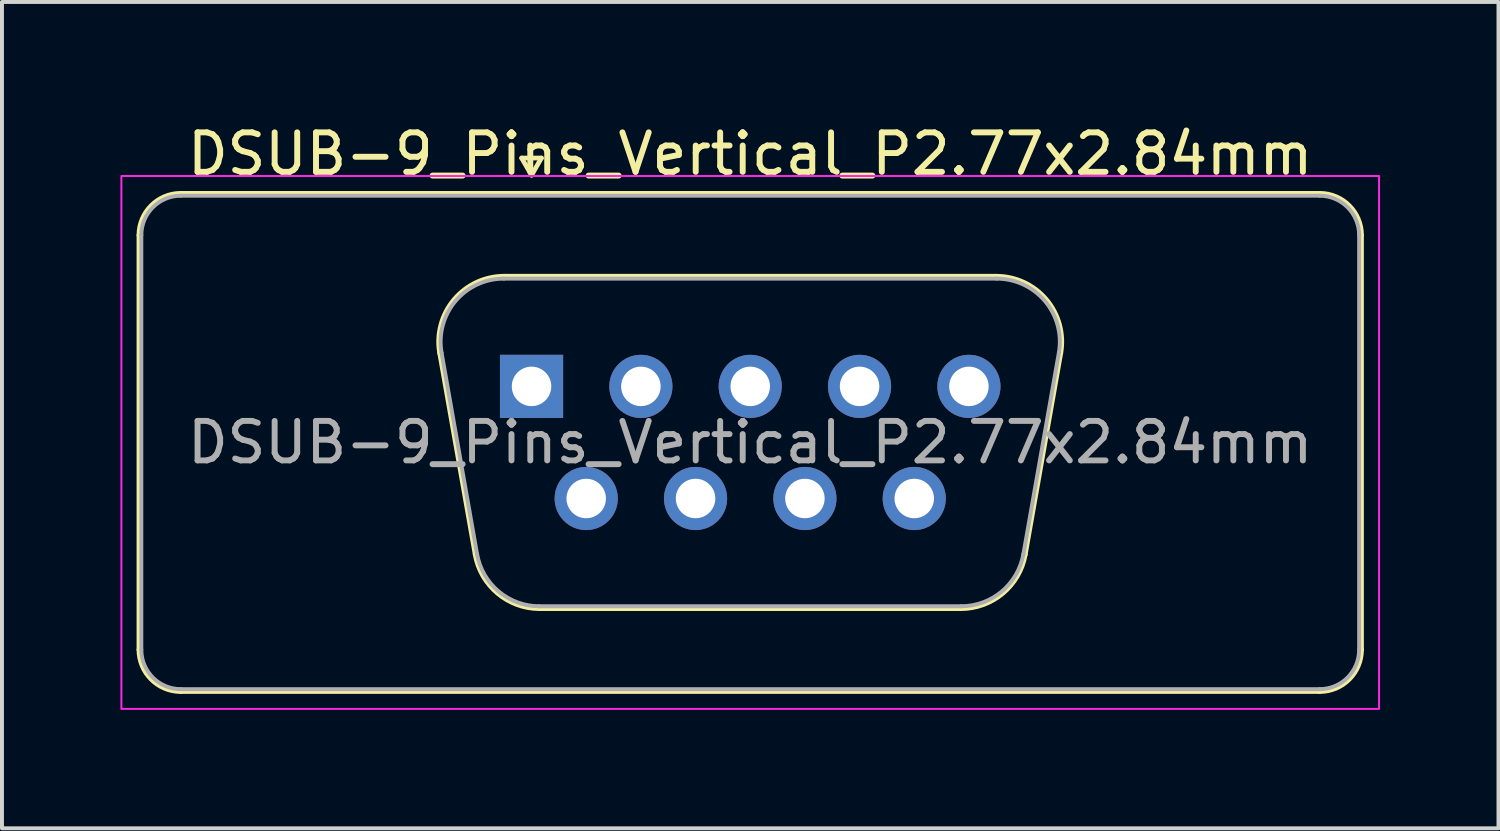
<source format=kicad_pcb>
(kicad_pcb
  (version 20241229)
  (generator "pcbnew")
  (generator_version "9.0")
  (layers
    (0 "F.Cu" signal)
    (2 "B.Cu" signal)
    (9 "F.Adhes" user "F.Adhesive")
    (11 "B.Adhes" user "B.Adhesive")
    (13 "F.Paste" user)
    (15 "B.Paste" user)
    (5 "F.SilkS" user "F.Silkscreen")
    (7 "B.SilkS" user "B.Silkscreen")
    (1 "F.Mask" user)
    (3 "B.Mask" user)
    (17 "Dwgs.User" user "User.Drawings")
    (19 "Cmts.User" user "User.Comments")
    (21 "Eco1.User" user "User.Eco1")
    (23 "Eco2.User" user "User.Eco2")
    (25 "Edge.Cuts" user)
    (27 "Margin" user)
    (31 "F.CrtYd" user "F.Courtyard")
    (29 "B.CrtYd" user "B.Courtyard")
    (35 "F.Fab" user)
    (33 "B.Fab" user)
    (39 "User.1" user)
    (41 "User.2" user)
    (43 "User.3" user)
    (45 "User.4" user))
  (footprint "DSUB-9_Pins_Vertical_P2.77x2.84mm"
    (layer "F.Cu")
    (at 10.415 6.738)
    (property "Reference" "DSUB-9_Pins_Vertical_P2.77x2.84mm" (at 5.54 -5.89 0) (layer "F.SilkS") (effects (font (size 1 1) (thickness 0.15))))
    (attr through_hole)
    (fp_line (start -9.945 6.67) (end -9.945 -3.83) (stroke (width 0.12) (type solid)) (layer "F.SilkS"))
    (fp_line (start -8.885 -4.89) (end 19.965 -4.89) (stroke (width 0.12) (type solid)) (layer "F.SilkS"))
    (fp_line (start -1.427 4.258) (end -2.326 -0.842) (stroke (width 0.12) (type solid)) (layer "F.SilkS"))
    (fp_line (start -0.692 -2.79) (end 11.772 -2.79) (stroke (width 0.12) (type solid)) (layer "F.SilkS"))
    (fp_line (start -0.25 -5.784) (end 0.25 -5.784) (stroke (width 0.12) (type solid)) (layer "F.SilkS"))
    (fp_line (start 0 -5.351) (end -0.25 -5.784) (stroke (width 0.12) (type solid)) (layer "F.SilkS"))
    (fp_line (start 0.25 -5.784) (end 0 -5.351) (stroke (width 0.12) (type solid)) (layer "F.SilkS"))
    (fp_line (start 10.872 5.63) (end 0.208 5.63) (stroke (width 0.12) (type solid)) (layer "F.SilkS"))
    (fp_line (start 13.406 -0.842) (end 12.507 4.258) (stroke (width 0.12) (type solid)) (layer "F.SilkS"))
    (fp_line (start 19.965 7.73) (end -8.885 7.73) (stroke (width 0.12) (type solid)) (layer "F.SilkS"))
    (fp_line (start 21.025 -3.83) (end 21.025 6.67) (stroke (width 0.12) (type solid)) (layer "F.SilkS"))
    (fp_arc (start -9.945 -3.83) (mid -9.634533 -4.579533) (end -8.885 -4.89) (stroke (width 0.12) (type solid)) (layer "F.SilkS"))
    (fp_arc (start -8.885 7.73) (mid -9.634533 7.419533) (end -9.945 6.67) (stroke (width 0.12) (type solid)) (layer "F.SilkS"))
    (fp_arc (start -2.32647 -0.841744) (mid -1.963323 -2.197027) (end -0.691689 -2.79) (stroke (width 0.12) (type solid)) (layer "F.SilkS"))
    (fp_arc (start 0.207579 5.63) (mid -0.859449 5.241634) (end -1.427202 4.258256) (stroke (width 0.12) (type solid)) (layer "F.SilkS"))
    (fp_arc (start 11.771689 -2.79) (mid 13.043323 -2.197027) (end 13.40647 -0.841744) (stroke (width 0.12) (type solid)) (layer "F.SilkS"))
    (fp_arc (start 12.507202 4.258256) (mid 11.939449 5.241634) (end 10.872421 5.63) (stroke (width 0.12) (type solid)) (layer "F.SilkS"))
    (fp_arc (start 19.965 -4.89) (mid 20.714533 -4.579533) (end 21.025 -3.83) (stroke (width 0.12) (type solid)) (layer "F.SilkS"))
    (fp_arc (start 21.025 6.67) (mid 20.714533 7.419533) (end 19.965 7.73) (stroke (width 0.12) (type solid)) (layer "F.SilkS"))
    (fp_rect (start -10.39 -5.33) (end 21.47 8.17) (stroke (width 0.05) (type solid)) (fill no) (layer "F.CrtYd"))
    (fp_line (start -9.885 6.67) (end -9.885 -3.83) (stroke (width 0.1) (type solid)) (layer "F.Fab"))
    (fp_line (start -8.885 -4.83) (end 19.965 -4.83) (stroke (width 0.1) (type solid)) (layer "F.Fab"))
    (fp_line (start -1.38 4.248) (end -2.279 -0.852) (stroke (width 0.1) (type solid)) (layer "F.Fab"))
    (fp_line (start -0.703 -2.73) (end 11.783 -2.73) (stroke (width 0.1) (type solid)) (layer "F.Fab"))
    (fp_line (start 10.884 5.57) (end 0.196 5.57) (stroke (width 0.1) (type solid)) (layer "F.Fab"))
    (fp_line (start 13.359 -0.852) (end 12.46 4.248) (stroke (width 0.1) (type solid)) (layer "F.Fab"))
    (fp_line (start 19.965 7.67) (end -8.885 7.67) (stroke (width 0.1) (type solid)) (layer "F.Fab"))
    (fp_line (start 20.965 -3.83) (end 20.965 6.67) (stroke (width 0.1) (type solid)) (layer "F.Fab"))
    (fp_arc (start -9.885 -3.83) (mid -9.592107 -4.537107) (end -8.885 -4.83) (stroke (width 0.1) (type solid)) (layer "F.Fab"))
    (fp_arc (start -8.885 7.67) (mid -9.592107 7.377107) (end -9.885 6.67) (stroke (width 0.1) (type solid)) (layer "F.Fab"))
    (fp_arc (start -2.278887 -0.852163) (mid -1.928865 -2.15846) (end -0.703194 -2.73) (stroke (width 0.1) (type solid)) (layer "F.Fab"))
    (fp_arc (start 0.196073 5.57) (mid -0.832387 5.195671) (end -1.379619 4.247837) (stroke (width 0.1) (type solid)) (layer "F.Fab"))
    (fp_arc (start 11.783194 -2.73) (mid 13.008865 -2.15846) (end 13.358887 -0.852163) (stroke (width 0.1) (type solid)) (layer "F.Fab"))
    (fp_arc (start 12.459619 4.247837) (mid 11.912387 5.195671) (end 10.883927 5.57) (stroke (width 0.1) (type solid)) (layer "F.Fab"))
    (fp_arc (start 19.965 -4.83) (mid 20.672107 -4.537107) (end 20.965 -3.83) (stroke (width 0.1) (type solid)) (layer "F.Fab"))
    (fp_arc (start 20.965 6.67) (mid 20.672107 7.377107) (end 19.965 7.67) (stroke (width 0.1) (type solid)) (layer "F.Fab"))
    (fp_text user "${REFERENCE}" (at 5.54 1.42 0) (layer "F.Fab") (effects (font (size 1 1) (thickness 0.15))))
    (pad "1" thru_hole rect (at 0 0) (size 1.6 1.6) (drill 1) (layers "*.Cu" "*.Mask"))
    (pad "2" thru_hole circle (at 2.77 0) (size 1.6 1.6) (drill 1) (layers "*.Cu" "*.Mask"))
    (pad "3" thru_hole circle (at 5.54 0) (size 1.6 1.6) (drill 1) (layers "*.Cu" "*.Mask"))
    (pad "4" thru_hole circle (at 8.31 0) (size 1.6 1.6) (drill 1) (layers "*.Cu" "*.Mask"))
    (pad "5" thru_hole circle (at 11.08 0) (size 1.6 1.6) (drill 1) (layers "*.Cu" "*.Mask"))
    (pad "6" thru_hole circle (at 1.385 2.84) (size 1.6 1.6) (drill 1) (layers "*.Cu" "*.Mask"))
    (pad "7" thru_hole circle (at 4.155 2.84) (size 1.6 1.6) (drill 1) (layers "*.Cu" "*.Mask"))
    (pad "8" thru_hole circle (at 6.925 2.84) (size 1.6 1.6) (drill 1) (layers "*.Cu" "*.Mask"))
    (pad "9" thru_hole circle (at 9.695 2.84) (size 1.6 1.6) (drill 1) (layers "*.Cu" "*.Mask")))
  (gr_rect
    (start -3 -3)
    (end 34.91 17.933)
    (stroke (width 0.1) (type default))
    (fill no)
    (layer "Edge.Cuts")))
</source>
